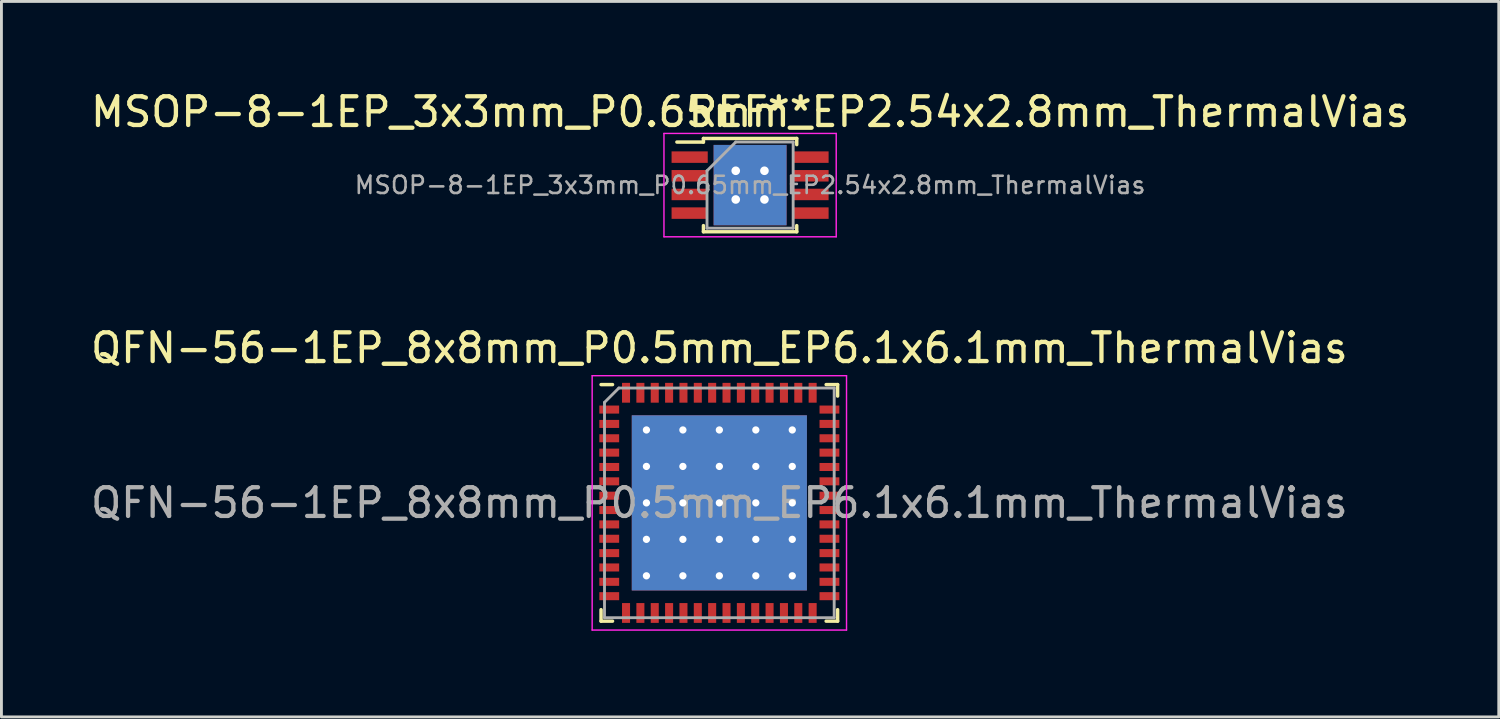
<source format=kicad_pcb>
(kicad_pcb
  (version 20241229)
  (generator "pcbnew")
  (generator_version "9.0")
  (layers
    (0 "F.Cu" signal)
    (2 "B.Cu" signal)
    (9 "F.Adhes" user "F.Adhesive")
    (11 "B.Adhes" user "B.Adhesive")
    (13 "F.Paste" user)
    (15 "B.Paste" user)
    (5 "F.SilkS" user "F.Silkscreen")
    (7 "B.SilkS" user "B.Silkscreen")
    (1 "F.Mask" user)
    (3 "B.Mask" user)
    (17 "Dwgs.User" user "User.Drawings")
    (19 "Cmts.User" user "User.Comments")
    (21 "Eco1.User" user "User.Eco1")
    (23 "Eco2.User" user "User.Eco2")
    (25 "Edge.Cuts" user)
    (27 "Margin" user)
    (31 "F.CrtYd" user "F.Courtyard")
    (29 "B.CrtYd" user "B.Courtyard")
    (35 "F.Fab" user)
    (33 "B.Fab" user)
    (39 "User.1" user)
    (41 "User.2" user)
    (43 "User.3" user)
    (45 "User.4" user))
  (footprint "MSOP-8-1EP_3x3mm_P0.65mm_EP2.54x2.8mm_ThermalVias"
    (layer "F.Cu")
    (at 23.077 3.398)
    (property "Reference" "MSOP-8-1EP_3x3mm_P0.65mm_EP2.54x2.8mm_ThermalVias" (at 0 -2.55 0) (layer "F.SilkS") (effects (font (size 1 1) (thickness 0.15))))
    (attr smd)
    (fp_line (start -1.625 -1.625) (end -1.625 -1.5) (stroke (width 0.12) (type solid)) (layer "F.SilkS"))
    (fp_line (start -1.625 -1.625) (end 1.625 -1.625) (stroke (width 0.12) (type solid)) (layer "F.SilkS"))
    (fp_line (start -1.625 -1.5) (end -2.55 -1.5) (stroke (width 0.12) (type solid)) (layer "F.SilkS"))
    (fp_line (start -1.625 1.625) (end -1.625 1.41) (stroke (width 0.12) (type solid)) (layer "F.SilkS"))
    (fp_line (start -1.625 1.625) (end 1.625 1.625) (stroke (width 0.12) (type solid)) (layer "F.SilkS"))
    (fp_line (start 1.625 -1.625) (end 1.625 -1.41) (stroke (width 0.12) (type solid)) (layer "F.SilkS"))
    (fp_line (start 1.625 1.625) (end 1.625 1.41) (stroke (width 0.12) (type solid)) (layer "F.SilkS"))
    (fp_line (start -3 -1.8) (end -3 1.8) (stroke (width 0.05) (type solid)) (layer "F.CrtYd"))
    (fp_line (start -3 -1.8) (end 3 -1.8) (stroke (width 0.05) (type solid)) (layer "F.CrtYd"))
    (fp_line (start -3 1.8) (end 3 1.8) (stroke (width 0.05) (type solid)) (layer "F.CrtYd"))
    (fp_line (start 3 -1.8) (end 3 1.8) (stroke (width 0.05) (type solid)) (layer "F.CrtYd"))
    (fp_line (start -1.5 -0.5) (end -0.5 -1.5) (stroke (width 0.1) (type solid)) (layer "F.Fab"))
    (fp_line (start -1.5 1.5) (end -1.5 -0.5) (stroke (width 0.1) (type solid)) (layer "F.Fab"))
    (fp_line (start -0.5 -1.5) (end 1.5 -1.5) (stroke (width 0.1) (type solid)) (layer "F.Fab"))
    (fp_line (start 1.5 -1.5) (end 1.5 1.5) (stroke (width 0.1) (type solid)) (layer "F.Fab"))
    (fp_line (start 1.5 1.5) (end -1.5 1.5) (stroke (width 0.1) (type solid)) (layer "F.Fab"))
    (fp_text user "REF**" (at 0 -2.55 0) (layer "F.SilkS") (effects (font (size 1 1) (thickness 0.15))))
    (fp_text user "${REFERENCE}" (at 0 0 0) (layer "F.Fab") (effects (font (size 0.6 0.6) (thickness 0.09))))
    (pad "" smd rect (at -0.42 -0.47) (size 0.66 0.76) (layers "F.Paste"))
    (pad "" smd rect (at -0.42 0.47) (size 0.66 0.76) (layers "F.Paste"))
    (pad "" smd rect (at 0.42 -0.47) (size 0.66 0.76) (layers "F.Paste"))
    (pad "" smd rect (at 0.42 0.47) (size 0.66 0.76) (layers "F.Paste"))
    (pad "1" smd rect (at -2.105 -0.975) (size 1.26 0.4) (layers "F.Cu" "F.Mask" "F.Paste"))
    (pad "2" smd rect (at -2.105 -0.325) (size 1.26 0.4) (layers "F.Cu" "F.Mask" "F.Paste"))
    (pad "3" smd rect (at -2.105 0.325) (size 1.26 0.4) (layers "F.Cu" "F.Mask" "F.Paste"))
    (pad "4" smd rect (at -2.105 0.975) (size 1.26 0.4) (layers "F.Cu" "F.Mask" "F.Paste"))
    (pad "5" smd rect (at 2.105 0.975) (size 1.26 0.4) (layers "F.Cu" "F.Mask" "F.Paste"))
    (pad "6" smd rect (at 2.105 0.325) (size 1.26 0.4) (layers "F.Cu" "F.Mask" "F.Paste"))
    (pad "7" smd rect (at 2.105 -0.325) (size 1.26 0.4) (layers "F.Cu" "F.Mask" "F.Paste"))
    (pad "8" smd rect (at 2.105 -0.975) (size 1.26 0.4) (layers "F.Cu" "F.Mask" "F.Paste"))
    (pad "9" thru_hole circle (at -0.5 -0.5) (size 0.6 0.6) (drill 0.3) (layers "*.Cu" "*.Mask"))
    (pad "9" thru_hole circle (at -0.5 0.5) (size 0.6 0.6) (drill 0.3) (layers "*.Cu" "*.Mask"))
    (pad "9" smd rect (at 0 0) (size 2.54 2.8) (layers "F.Cu" "F.Mask"))
    (pad "9" smd rect (at 0 0) (size 2.54 2.8) (layers "B.Cu"))
    (pad "9" thru_hole circle (at 0.5 -0.5) (size 0.6 0.6) (drill 0.3) (layers "*.Cu" "*.Mask"))
    (pad "9" thru_hole circle (at 0.5 0.5) (size 0.6 0.6) (drill 0.3) (layers "*.Cu" "*.Mask")))
  (footprint "QFN-56-1EP_8x8mm_P0.5mm_EP6.1x6.1mm_ThermalVias"
    (layer "F.Cu")
    (at 22.006 14.466)
    (property "Reference" "QFN-56-1EP_8x8mm_P0.5mm_EP6.1x6.1mm_ThermalVias" (at 0 -5.395 0) (layer "F.SilkS") (effects (font (size 1 1) (thickness 0.15))))
    (attr smd)
    (fp_line (start -2.54 -1.905) (end 2.54 -1.905) (stroke (width 0.864) (type solid)) (layer "F.Mask"))
    (fp_line (start -2.54 -0.635) (end 2.54 -0.635) (stroke (width 0.864) (type solid)) (layer "F.Mask"))
    (fp_line (start -2.54 0.635) (end 2.54 0.635) (stroke (width 0.864) (type solid)) (layer "F.Mask"))
    (fp_line (start -2.54 1.905) (end 2.54 1.905) (stroke (width 0.864) (type solid)) (layer "F.Mask"))
    (fp_line (start -1.905 -2.54) (end -1.905 2.54) (stroke (width 0.864) (type solid)) (layer "F.Mask"))
    (fp_line (start -0.635 -2.54) (end -0.635 2.54) (stroke (width 0.864) (type solid)) (layer "F.Mask"))
    (fp_line (start 0.635 -2.54) (end 0.635 2.54) (stroke (width 0.864) (type solid)) (layer "F.Mask"))
    (fp_line (start 1.905 -2.54) (end 1.905 2.54) (stroke (width 0.864) (type solid)) (layer "F.Mask"))
    (fp_circle (center -2.54 -2.54) (end -2.54 -2.959) (stroke (width 0.432) (type solid)) (fill no) (layer "F.Mask"))
    (fp_circle (center -2.54 -1.27) (end -2.54 -1.689) (stroke (width 0.432) (type solid)) (fill no) (layer "F.Mask"))
    (fp_circle (center -2.54 0) (end -2.54 -0.419) (stroke (width 0.432) (type solid)) (fill no) (layer "F.Mask"))
    (fp_circle (center -2.54 1.27) (end -2.54 0.851) (stroke (width 0.432) (type solid)) (fill no) (layer "F.Mask"))
    (fp_circle (center -2.54 2.54) (end -2.54 2.121) (stroke (width 0.432) (type solid)) (fill no) (layer "F.Mask"))
    (fp_circle (center -1.27 -2.54) (end -1.27 -2.959) (stroke (width 0.432) (type solid)) (fill no) (layer "F.Mask"))
    (fp_circle (center -1.27 -1.27) (end -1.27 -1.689) (stroke (width 0.432) (type solid)) (fill no) (layer "F.Mask"))
    (fp_circle (center -1.27 0) (end -1.27 -0.419) (stroke (width 0.432) (type solid)) (fill no) (layer "F.Mask"))
    (fp_circle (center -1.27 1.27) (end -1.27 0.851) (stroke (width 0.432) (type solid)) (fill no) (layer "F.Mask"))
    (fp_circle (center -1.27 2.54) (end -1.27 2.121) (stroke (width 0.432) (type solid)) (fill no) (layer "F.Mask"))
    (fp_circle (center 0 -2.54) (end 0 -2.959) (stroke (width 0.432) (type solid)) (fill no) (layer "F.Mask"))
    (fp_circle (center 0 -1.27) (end 0 -1.689) (stroke (width 0.432) (type solid)) (fill no) (layer "F.Mask"))
    (fp_circle (center 0 0) (end 0 -0.419) (stroke (width 0.432) (type solid)) (fill no) (layer "F.Mask"))
    (fp_circle (center 0 1.27) (end 0 0.851) (stroke (width 0.432) (type solid)) (fill no) (layer "F.Mask"))
    (fp_circle (center 0 2.54) (end 0 2.121) (stroke (width 0.432) (type solid)) (fill no) (layer "F.Mask"))
    (fp_circle (center 1.27 -2.54) (end 1.27 -2.959) (stroke (width 0.432) (type solid)) (fill no) (layer "F.Mask"))
    (fp_circle (center 1.27 -1.27) (end 1.27 -1.689) (stroke (width 0.432) (type solid)) (fill no) (layer "F.Mask"))
    (fp_circle (center 1.27 0) (end 1.27 -0.419) (stroke (width 0.432) (type solid)) (fill no) (layer "F.Mask"))
    (fp_circle (center 1.27 1.27) (end 1.27 0.851) (stroke (width 0.432) (type solid)) (fill no) (layer "F.Mask"))
    (fp_circle (center 1.27 2.54) (end 1.27 2.121) (stroke (width 0.432) (type solid)) (fill no) (layer "F.Mask"))
    (fp_circle (center 2.54 -2.54) (end 2.54 -2.959) (stroke (width 0.432) (type solid)) (fill no) (layer "F.Mask"))
    (fp_circle (center 2.54 -1.27) (end 2.54 -1.689) (stroke (width 0.432) (type solid)) (fill no) (layer "F.Mask"))
    (fp_circle (center 2.54 0) (end 2.54 -0.419) (stroke (width 0.432) (type solid)) (fill no) (layer "F.Mask"))
    (fp_circle (center 2.54 1.27) (end 2.54 0.851) (stroke (width 0.432) (type solid)) (fill no) (layer "F.Mask"))
    (fp_circle (center 2.54 2.54) (end 2.54 2.121) (stroke (width 0.432) (type solid)) (fill no) (layer "F.Mask"))
    (fp_poly (pts (xy -3.175 -3.175) (xy -2.921 -3.175) (xy -2.921 3.175) (xy -3.175 3.175)) (stroke (width 0.15) (type solid)) (fill yes) (layer "F.Mask"))
    (fp_poly (pts (xy -3.175 3.175) (xy -3.175 2.921) (xy 3.175 2.921) (xy 3.175 3.175)) (stroke (width 0.15) (type solid)) (fill yes) (layer "F.Mask"))
    (fp_poly (pts (xy 3.175 -3.175) (xy 3.175 -2.921) (xy -3.175 -2.921) (xy -3.175 -3.175)) (stroke (width 0.15) (type solid)) (fill yes) (layer "F.Mask"))
    (fp_poly (pts (xy 3.175 3.175) (xy 2.921 3.175) (xy 2.921 -3.175) (xy 3.175 -3.175)) (stroke (width 0.15) (type solid)) (fill yes) (layer "F.Mask"))
    (fp_line (start -4.12 4.12) (end -4.12 3.72) (stroke (width 0.12) (type solid)) (layer "F.SilkS"))
    (fp_line (start -4.12 4.12) (end -3.72 4.12) (stroke (width 0.12) (type solid)) (layer "F.SilkS"))
    (fp_line (start -3.72 -4.12) (end -4.12 -4.12) (stroke (width 0.12) (type solid)) (layer "F.SilkS"))
    (fp_line (start 3.72 -4.12) (end 4.12 -4.12) (stroke (width 0.12) (type solid)) (layer "F.SilkS"))
    (fp_line (start 4.12 -4.12) (end 4.12 -3.72) (stroke (width 0.12) (type solid)) (layer "F.SilkS"))
    (fp_line (start 4.12 3.72) (end 4.12 4.12) (stroke (width 0.12) (type solid)) (layer "F.SilkS"))
    (fp_line (start 4.12 4.12) (end 3.72 4.12) (stroke (width 0.12) (type solid)) (layer "F.SilkS"))
    (fp_line (start -4.43 -4.43) (end 4.43 -4.43) (stroke (width 0.05) (type solid)) (layer "F.CrtYd"))
    (fp_line (start -4.43 4.43) (end -4.43 -4.43) (stroke (width 0.05) (type solid)) (layer "F.CrtYd"))
    (fp_line (start 4.43 -4.43) (end 4.43 4.43) (stroke (width 0.05) (type solid)) (layer "F.CrtYd"))
    (fp_line (start 4.43 4.43) (end -4.43 4.43) (stroke (width 0.05) (type solid)) (layer "F.CrtYd"))
    (fp_line (start -4 -3.5) (end -3.5 -4) (stroke (width 0.1) (type solid)) (layer "F.Fab"))
    (fp_line (start -4 4) (end -4 -3.5) (stroke (width 0.1) (type solid)) (layer "F.Fab"))
    (fp_line (start -3.5 -4) (end 4 -4) (stroke (width 0.1) (type solid)) (layer "F.Fab"))
    (fp_line (start 4 -4) (end 4 4) (stroke (width 0.1) (type solid)) (layer "F.Fab"))
    (fp_line (start 4 4) (end -4 4) (stroke (width 0.1) (type solid)) (layer "F.Fab"))
    (fp_text user "${REFERENCE}" (at 0 0 0) (layer "F.Fab") (effects (font (size 1 1) (thickness 0.15))))
    (pad "" smd rect (at -1.26 -2.16 90) (size 1.14 2.22) (layers "F.Paste"))
    (pad "" smd rect (at -1.26 -0.72 90) (size 1.14 2.22) (layers "F.Paste"))
    (pad "" smd rect (at -1.26 0.72 90) (size 1.14 2.22) (layers "F.Paste"))
    (pad "" smd rect (at -1.26 2.16 90) (size 1.14 2.22) (layers "F.Paste"))
    (pad "" smd rect (at 1.26 -2.16 90) (size 1.14 2.22) (layers "F.Paste"))
    (pad "" smd rect (at 1.26 -0.72 90) (size 1.14 2.22) (layers "F.Paste"))
    (pad "" smd rect (at 1.26 0.72 90) (size 1.14 2.22) (layers "F.Paste"))
    (pad "" smd rect (at 1.26 2.16 90) (size 1.14 2.22) (layers "F.Paste"))
    (pad "1" smd rect (at -3.835 -3.25 90) (size 0.28 0.69) (layers "F.Cu" "F.Mask" "F.Paste"))
    (pad "2" smd rect (at -3.835 -2.75 90) (size 0.28 0.69) (layers "F.Cu" "F.Mask" "F.Paste"))
    (pad "3" smd rect (at -3.835 -2.25 90) (size 0.28 0.69) (layers "F.Cu" "F.Mask" "F.Paste"))
    (pad "4" smd rect (at -3.835 -1.75 90) (size 0.28 0.69) (layers "F.Cu" "F.Mask" "F.Paste"))
    (pad "5" smd rect (at -3.835 -1.25 90) (size 0.28 0.69) (layers "F.Cu" "F.Mask" "F.Paste"))
    (pad "6" smd rect (at -3.835 -0.75 90) (size 0.28 0.69) (layers "F.Cu" "F.Mask" "F.Paste"))
    (pad "7" smd rect (at -3.835 -0.25 90) (size 0.28 0.69) (layers "F.Cu" "F.Mask" "F.Paste"))
    (pad "8" smd rect (at -3.835 0.25 90) (size 0.28 0.69) (layers "F.Cu" "F.Mask" "F.Paste"))
    (pad "9" smd rect (at -3.835 0.75 90) (size 0.28 0.69) (layers "F.Cu" "F.Mask" "F.Paste"))
    (pad "10" smd rect (at -3.835 1.25 90) (size 0.28 0.69) (layers "F.Cu" "F.Mask" "F.Paste"))
    (pad "11" smd rect (at -3.835 1.75 90) (size 0.28 0.69) (layers "F.Cu" "F.Mask" "F.Paste"))
    (pad "12" smd rect (at -3.835 2.25 90) (size 0.28 0.69) (layers "F.Cu" "F.Mask" "F.Paste"))
    (pad "13" smd rect (at -3.835 2.75 90) (size 0.28 0.69) (layers "F.Cu" "F.Mask" "F.Paste"))
    (pad "14" smd rect (at -3.835 3.25 90) (size 0.28 0.69) (layers "F.Cu" "F.Mask" "F.Paste"))
    (pad "15" smd rect (at -3.25 3.835) (size 0.28 0.69) (layers "F.Cu" "F.Mask" "F.Paste"))
    (pad "16" smd rect (at -2.75 3.835) (size 0.28 0.69) (layers "F.Cu" "F.Mask" "F.Paste"))
    (pad "17" smd rect (at -2.25 3.835) (size 0.28 0.69) (layers "F.Cu" "F.Mask" "F.Paste"))
    (pad "18" smd rect (at -1.75 3.835) (size 0.28 0.69) (layers "F.Cu" "F.Mask" "F.Paste"))
    (pad "19" smd rect (at -1.25 3.835) (size 0.28 0.69) (layers "F.Cu" "F.Mask" "F.Paste"))
    (pad "20" smd rect (at -0.75 3.835) (size 0.28 0.69) (layers "F.Cu" "F.Mask" "F.Paste"))
    (pad "21" smd rect (at -0.25 3.835) (size 0.28 0.69) (layers "F.Cu" "F.Mask" "F.Paste"))
    (pad "22" smd rect (at 0.25 3.835) (size 0.28 0.69) (layers "F.Cu" "F.Mask" "F.Paste"))
    (pad "23" smd rect (at 0.75 3.835) (size 0.28 0.69) (layers "F.Cu" "F.Mask" "F.Paste"))
    (pad "24" smd rect (at 1.25 3.835) (size 0.28 0.69) (layers "F.Cu" "F.Mask" "F.Paste"))
    (pad "25" smd rect (at 1.75 3.835) (size 0.28 0.69) (layers "F.Cu" "F.Mask" "F.Paste"))
    (pad "26" smd rect (at 2.25 3.835) (size 0.28 0.69) (layers "F.Cu" "F.Mask" "F.Paste"))
    (pad "27" smd rect (at 2.75 3.835) (size 0.28 0.69) (layers "F.Cu" "F.Mask" "F.Paste"))
    (pad "28" smd rect (at 3.25 3.835) (size 0.28 0.69) (layers "F.Cu" "F.Mask" "F.Paste"))
    (pad "29" smd rect (at 3.835 3.25 90) (size 0.28 0.69) (layers "F.Cu" "F.Mask" "F.Paste"))
    (pad "30" smd rect (at 3.835 2.75 90) (size 0.28 0.69) (layers "F.Cu" "F.Mask" "F.Paste"))
    (pad "31" smd rect (at 3.835 2.25 90) (size 0.28 0.69) (layers "F.Cu" "F.Mask" "F.Paste"))
    (pad "32" smd rect (at 3.835 1.75 90) (size 0.28 0.69) (layers "F.Cu" "F.Mask" "F.Paste"))
    (pad "33" smd rect (at 3.835 1.25 90) (size 0.28 0.69) (layers "F.Cu" "F.Mask" "F.Paste"))
    (pad "34" smd rect (at 3.835 0.75 90) (size 0.28 0.69) (layers "F.Cu" "F.Mask" "F.Paste"))
    (pad "35" smd rect (at 3.835 0.25 90) (size 0.28 0.69) (layers "F.Cu" "F.Mask" "F.Paste"))
    (pad "36" smd rect (at 3.835 -0.25 90) (size 0.28 0.69) (layers "F.Cu" "F.Mask" "F.Paste"))
    (pad "37" smd rect (at 3.835 -0.75 90) (size 0.28 0.69) (layers "F.Cu" "F.Mask" "F.Paste"))
    (pad "38" smd rect (at 3.835 -1.25 90) (size 0.28 0.69) (layers "F.Cu" "F.Mask" "F.Paste"))
    (pad "39" smd rect (at 3.835 -1.75 90) (size 0.28 0.69) (layers "F.Cu" "F.Mask" "F.Paste"))
    (pad "40" smd rect (at 3.835 -2.25 90) (size 0.28 0.69) (layers "F.Cu" "F.Mask" "F.Paste"))
    (pad "41" smd rect (at 3.835 -2.75 90) (size 0.28 0.69) (layers "F.Cu" "F.Mask" "F.Paste"))
    (pad "42" smd rect (at 3.835 -3.25 90) (size 0.28 0.69) (layers "F.Cu" "F.Mask" "F.Paste"))
    (pad "43" smd rect (at 3.25 -3.835) (size 0.28 0.69) (layers "F.Cu" "F.Mask" "F.Paste"))
    (pad "44" smd rect (at 2.75 -3.835) (size 0.28 0.69) (layers "F.Cu" "F.Mask" "F.Paste"))
    (pad "45" smd rect (at 2.25 -3.835) (size 0.28 0.69) (layers "F.Cu" "F.Mask" "F.Paste"))
    (pad "46" smd rect (at 1.75 -3.835) (size 0.28 0.69) (layers "F.Cu" "F.Mask" "F.Paste"))
    (pad "47" smd rect (at 1.25 -3.835) (size 0.28 0.69) (layers "F.Cu" "F.Mask" "F.Paste"))
    (pad "48" smd rect (at 0.75 -3.835) (size 0.28 0.69) (layers "F.Cu" "F.Mask" "F.Paste"))
    (pad "49" smd rect (at 0.25 -3.835) (size 0.28 0.69) (layers "F.Cu" "F.Mask" "F.Paste"))
    (pad "50" smd rect (at -0.25 -3.835) (size 0.28 0.69) (layers "F.Cu" "F.Mask" "F.Paste"))
    (pad "51" smd rect (at -0.75 -3.835) (size 0.28 0.69) (layers "F.Cu" "F.Mask" "F.Paste"))
    (pad "52" smd rect (at -1.25 -3.835) (size 0.28 0.69) (layers "F.Cu" "F.Mask" "F.Paste"))
    (pad "53" smd rect (at -1.75 -3.835) (size 0.28 0.69) (layers "F.Cu" "F.Mask" "F.Paste"))
    (pad "54" smd rect (at -2.25 -3.835) (size 0.28 0.69) (layers "F.Cu" "F.Mask" "F.Paste"))
    (pad "55" smd rect (at -2.75 -3.835) (size 0.28 0.69) (layers "F.Cu" "F.Mask" "F.Paste"))
    (pad "56" smd rect (at -3.25 -3.835) (size 0.28 0.69) (layers "F.Cu" "F.Mask" "F.Paste"))
    (pad "57" thru_hole circle (at -2.54 -2.54 90) (size 0.559 0.559) (drill 0.254) (layers "*.Cu" "B.Mask"))
    (pad "57" thru_hole circle (at -2.54 -1.27 90) (size 0.559 0.559) (drill 0.254) (layers "*.Cu" "B.Mask"))
    (pad "57" thru_hole circle (at -2.54 0 90) (size 0.559 0.559) (drill 0.254) (layers "*.Cu" "B.Mask"))
    (pad "57" thru_hole circle (at -2.54 1.27 90) (size 0.559 0.559) (drill 0.254) (layers "*.Cu" "B.Mask"))
    (pad "57" thru_hole circle (at -2.54 2.54 90) (size 0.559 0.559) (drill 0.254) (layers "*.Cu" "B.Mask"))
    (pad "57" thru_hole circle (at -1.27 -2.54 90) (size 0.559 0.559) (drill 0.254) (layers "*.Cu" "B.Mask"))
    (pad "57" thru_hole circle (at -1.27 -1.27 90) (size 0.559 0.559) (drill 0.254) (layers "*.Cu" "B.Mask"))
    (pad "57" thru_hole circle (at -1.27 0 90) (size 0.559 0.559) (drill 0.254) (layers "*.Cu" "B.Mask"))
    (pad "57" thru_hole circle (at -1.27 1.27 90) (size 0.559 0.559) (drill 0.254) (layers "*.Cu" "B.Mask"))
    (pad "57" thru_hole circle (at -1.27 2.54 90) (size 0.559 0.559) (drill 0.254) (layers "*.Cu" "B.Mask"))
    (pad "57" thru_hole circle (at 0 -2.54 90) (size 0.559 0.559) (drill 0.254) (layers "*.Cu" "B.Mask"))
    (pad "57" thru_hole circle (at 0 -1.27 90) (size 0.559 0.559) (drill 0.254) (layers "*.Cu" "B.Mask"))
    (pad "57" thru_hole circle (at 0 0 90) (size 0.559 0.559) (drill 0.254) (layers "*.Cu" "B.Mask"))
    (pad "57" smd rect (at 0 0) (size 6.1 6.1) (layers "F.Cu"))
    (pad "57" smd rect (at 0 0) (size 6.1 6.1) (layers "B.Cu"))
    (pad "57" thru_hole circle (at 0 1.27 90) (size 0.559 0.559) (drill 0.254) (layers "*.Cu" "B.Mask"))
    (pad "57" thru_hole circle (at 0 2.54 90) (size 0.559 0.559) (drill 0.254) (layers "*.Cu" "B.Mask"))
    (pad "57" thru_hole circle (at 1.27 -2.54 90) (size 0.559 0.559) (drill 0.254) (layers "*.Cu" "B.Mask"))
    (pad "57" thru_hole circle (at 1.27 -1.27 90) (size 0.559 0.559) (drill 0.254) (layers "*.Cu" "B.Mask"))
    (pad "57" thru_hole circle (at 1.27 0 90) (size 0.559 0.559) (drill 0.254) (layers "*.Cu" "B.Mask"))
    (pad "57" thru_hole circle (at 1.27 1.27 90) (size 0.559 0.559) (drill 0.254) (layers "*.Cu" "B.Mask"))
    (pad "57" thru_hole circle (at 1.27 2.54 90) (size 0.559 0.559) (drill 0.254) (layers "*.Cu" "B.Mask"))
    (pad "57" thru_hole circle (at 2.54 -2.54 90) (size 0.559 0.559) (drill 0.254) (layers "*.Cu" "B.Mask"))
    (pad "57" thru_hole circle (at 2.54 -1.27 90) (size 0.559 0.559) (drill 0.254) (layers "*.Cu" "B.Mask"))
    (pad "57" thru_hole circle (at 2.54 0 90) (size 0.559 0.559) (drill 0.254) (layers "*.Cu" "B.Mask"))
    (pad "57" thru_hole circle (at 2.54 1.27 90) (size 0.559 0.559) (drill 0.254) (layers "*.Cu" "B.Mask"))
    (pad "57" thru_hole circle (at 2.54 2.54 90) (size 0.559 0.559) (drill 0.254) (layers "*.Cu" "B.Mask")))
  (gr_rect
    (start -3 -3)
    (end 49.155 21.922)
    (stroke (width 0.1) (type default))
    (fill no)
    (layer "Edge.Cuts")))
</source>
